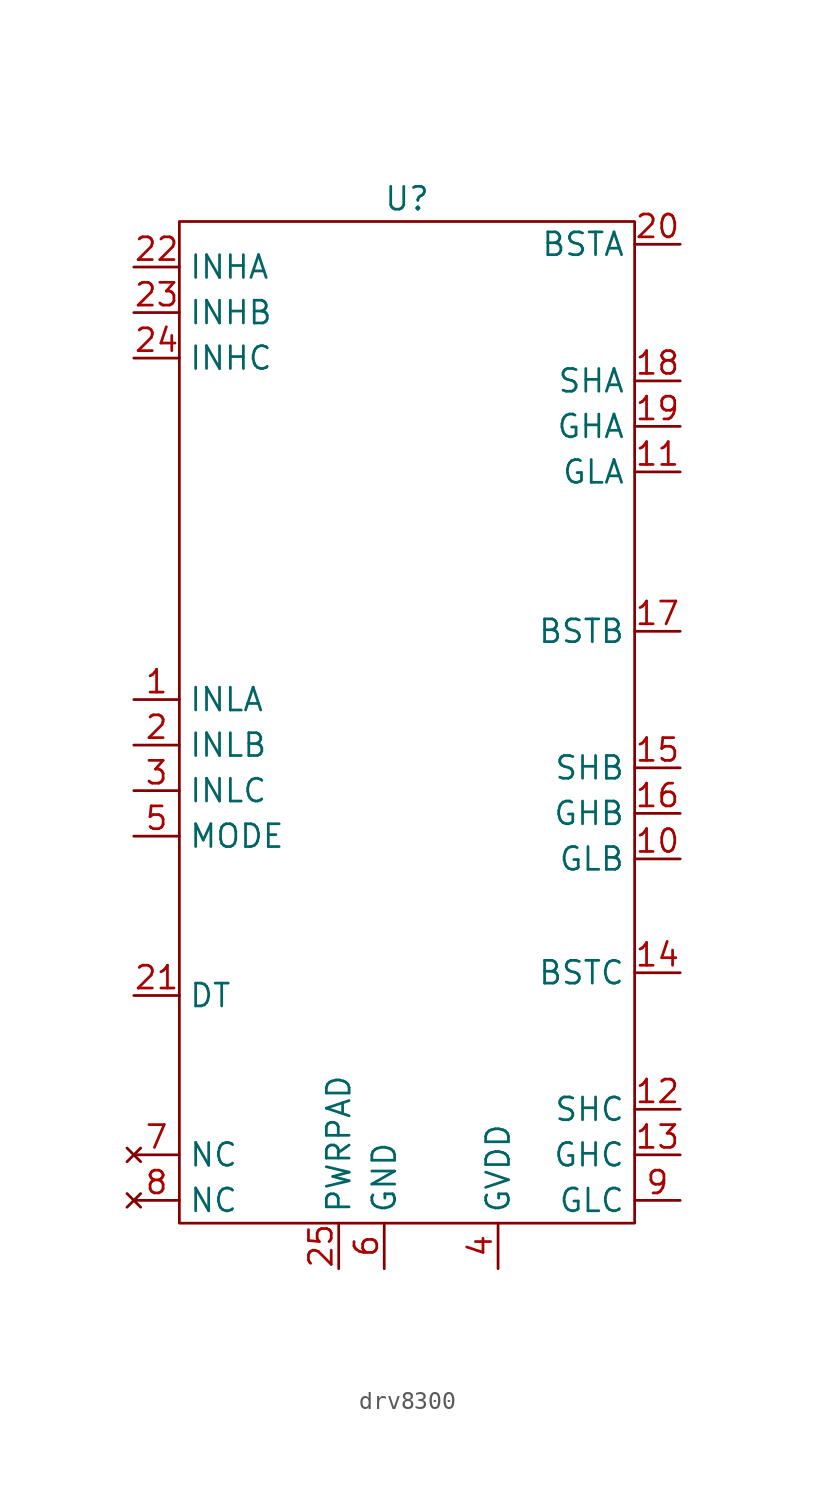
<source format=kicad_sym>
(kicad_symbol_lib
  (version 20220914)
  (generator kicad_symbol_editor)
  (symbol "drv8300"
    (property "Reference" "U"
      (at 0 0 0)
      (effects (font (size 1.27 1.27))))
    (property "Value" ""
      (at 0 0 0)
      (effects (font (size 1.27 1.27))))
    (symbol "drv8300_0_1"
      (rectangle (start -12.7 -1.27) (end 12.7 -57.15) (stroke (width 0) (type default)) (fill (type none))))
    (symbol "drv8300_1_1"
      (pin input line (at -15.24 -27.94 0) (length 2.54) (name "INLA" (effects (font (size 1.27 1.27)))) (number "1" (effects (font (size 1.27 1.27)))))
      (pin output line (at 15.24 -36.83 180) (length 2.54) (name "GLB" (effects (font (size 1.27 1.27)))) (number "10" (effects (font (size 1.27 1.27)))))
      (pin output line (at 15.24 -15.24 180) (length 2.54) (name "GLA" (effects (font (size 1.27 1.27)))) (number "11" (effects (font (size 1.27 1.27)))))
      (pin input line (at 15.24 -50.8 180) (length 2.54) (name "SHC" (effects (font (size 1.27 1.27)))) (number "12" (effects (font (size 1.27 1.27)))))
      (pin output line (at 15.24 -53.34 180) (length 2.54) (name "GHC" (effects (font (size 1.27 1.27)))) (number "13" (effects (font (size 1.27 1.27)))))
      (pin input line (at 15.24 -43.18 180) (length 2.54) (name "BSTC" (effects (font (size 1.27 1.27)))) (number "14" (effects (font (size 1.27 1.27)))))
      (pin input line (at 15.24 -31.75 180) (length 2.54) (name "SHB" (effects (font (size 1.27 1.27)))) (number "15" (effects (font (size 1.27 1.27)))))
      (pin output line (at 15.24 -34.29 180) (length 2.54) (name "GHB" (effects (font (size 1.27 1.27)))) (number "16" (effects (font (size 1.27 1.27)))))
      (pin input line (at 15.24 -24.13 180) (length 2.54) (name "BSTB" (effects (font (size 1.27 1.27)))) (number "17" (effects (font (size 1.27 1.27)))))
      (pin input line (at 15.24 -10.16 180) (length 2.54) (name "SHA" (effects (font (size 1.27 1.27)))) (number "18" (effects (font (size 1.27 1.27)))))
      (pin output line (at 15.24 -12.7 180) (length 2.54) (name "GHA" (effects (font (size 1.27 1.27)))) (number "19" (effects (font (size 1.27 1.27)))))
      (pin input line (at -15.24 -30.48 0) (length 2.54) (name "INLB" (effects (font (size 1.27 1.27)))) (number "2" (effects (font (size 1.27 1.27)))))
      (pin input line (at 15.24 -2.54 180) (length 2.54) (name "BSTA" (effects (font (size 1.27 1.27)))) (number "20" (effects (font (size 1.27 1.27)))))
      (pin input line (at -15.24 -44.45 0) (length 2.54) (name "DT" (effects (font (size 1.27 1.27)))) (number "21" (effects (font (size 1.27 1.27)))))
      (pin input line (at -15.24 -3.81 0) (length 2.54) (name "INHA" (effects (font (size 1.27 1.27)))) (number "22" (effects (font (size 1.27 1.27)))))
      (pin input line (at -15.24 -6.35 0) (length 2.54) (name "INHB" (effects (font (size 1.27 1.27)))) (number "23" (effects (font (size 1.27 1.27)))))
      (pin input line (at -15.24 -8.89 0) (length 2.54) (name "INHC" (effects (font (size 1.27 1.27)))) (number "24" (effects (font (size 1.27 1.27)))))
      (pin power_in line (at -3.81 -59.69 90) (length 2.54) (name "PWRPAD" (effects (font (size 1.27 1.27)))) (number "25" (effects (font (size 1.27 1.27)))))
      (pin input line (at -15.24 -33.02 0) (length 2.54) (name "INLC" (effects (font (size 1.27 1.27)))) (number "3" (effects (font (size 1.27 1.27)))))
      (pin power_in line (at 5.08 -59.69 90) (length 2.54) (name "GVDD" (effects (font (size 1.27 1.27)))) (number "4" (effects (font (size 1.27 1.27)))))
      (pin input line (at -15.24 -35.56 0) (length 2.54) (name "MODE" (effects (font (size 1.27 1.27)))) (number "5" (effects (font (size 1.27 1.27)))))
      (pin power_in line (at -1.27 -59.69 90) (length 2.54) (name "GND" (effects (font (size 1.27 1.27)))) (number "6" (effects (font (size 1.27 1.27)))))
      (pin no_connect line (at -15.24 -53.34 0) (length 2.54) (name "NC" (effects (font (size 1.27 1.27)))) (number "7" (effects (font (size 1.27 1.27)))))
      (pin no_connect line (at -15.24 -55.88 0) (length 2.54) (name "NC" (effects (font (size 1.27 1.27)))) (number "8" (effects (font (size 1.27 1.27)))))
      (pin output line (at 15.24 -55.88 180) (length 2.54) (name "GLC" (effects (font (size 1.27 1.27)))) (number "9" (effects (font (size 1.27 1.27))))))))
</source>
